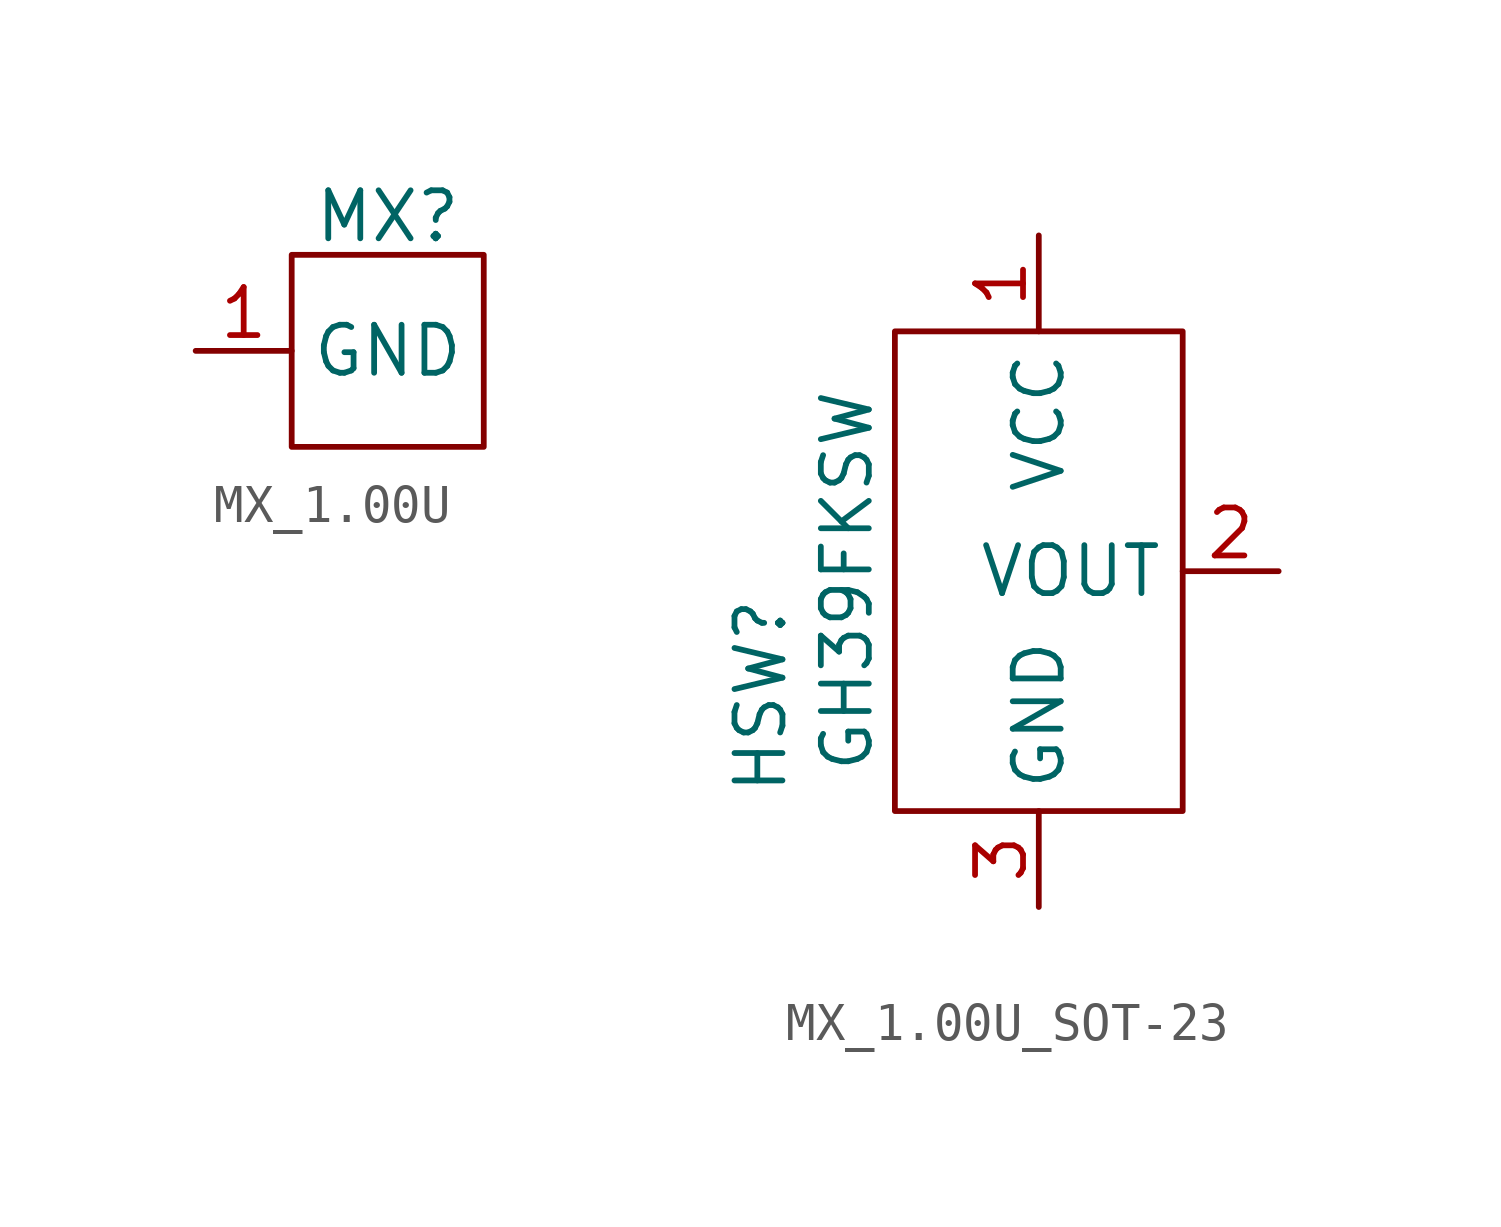
<source format=kicad_sym>
(kicad_symbol_lib
  (version 20231120)
  (generator "kicad_symbol_editor")
  (generator_version "8.0")
  (symbol "MX_1.00U"
    (property "Reference" "MX"
      (at 0 3.556 0)
      (effects (font (size 1.27 1.27))))
    (symbol "MX_1.00U_0_1"
      (rectangle (start -2.54 2.54) (end 2.54 -2.54) (stroke (width 0) (type default)) (fill (type none))))
    (symbol "MX_1.00U_1_1"
      (pin power_in line (at -5.08 0 0) (length 2.54) (name "GND" (effects (font (size 1.27 1.27)))) (number "1" (effects (font (size 1.27 1.27)))))))
  (symbol "MX_1.00U_SOT-23"
    (property "Reference" "HSW"
      (at -7.366 -3.302 90)
      (do_not_autoplace)
      (effects (font (size 1.27 1.27))))
    (property "Value" "GH39FKSW"
      (at -5.08 -0.254 90)
      (effects (font (size 1.27 1.27))))
    (symbol "MX_1.00U_SOT-23_0_1"
      (rectangle (start -3.81 6.35) (end 3.81 -6.35) (stroke (width 0) (type default)) (fill (type none))))
    (symbol "MX_1.00U_SOT-23_1_1"
      (pin power_in line (at 0 8.89 270) (length 2.54) (name "VCC" (effects (font (size 1.27 1.27)))) (number "1" (effects (font (size 1.27 1.27)))))
      (pin open_collector line (at 6.35 0 180) (length 2.54) (name "VOUT" (effects (font (size 1.27 1.27)))) (number "2" (effects (font (size 1.27 1.27)))))
      (pin power_out line (at 0 -8.89 90) (length 2.54) (name "GND" (effects (font (size 1.27 1.27)))) (number "3" (effects (font (size 1.27 1.27))))))))
</source>
